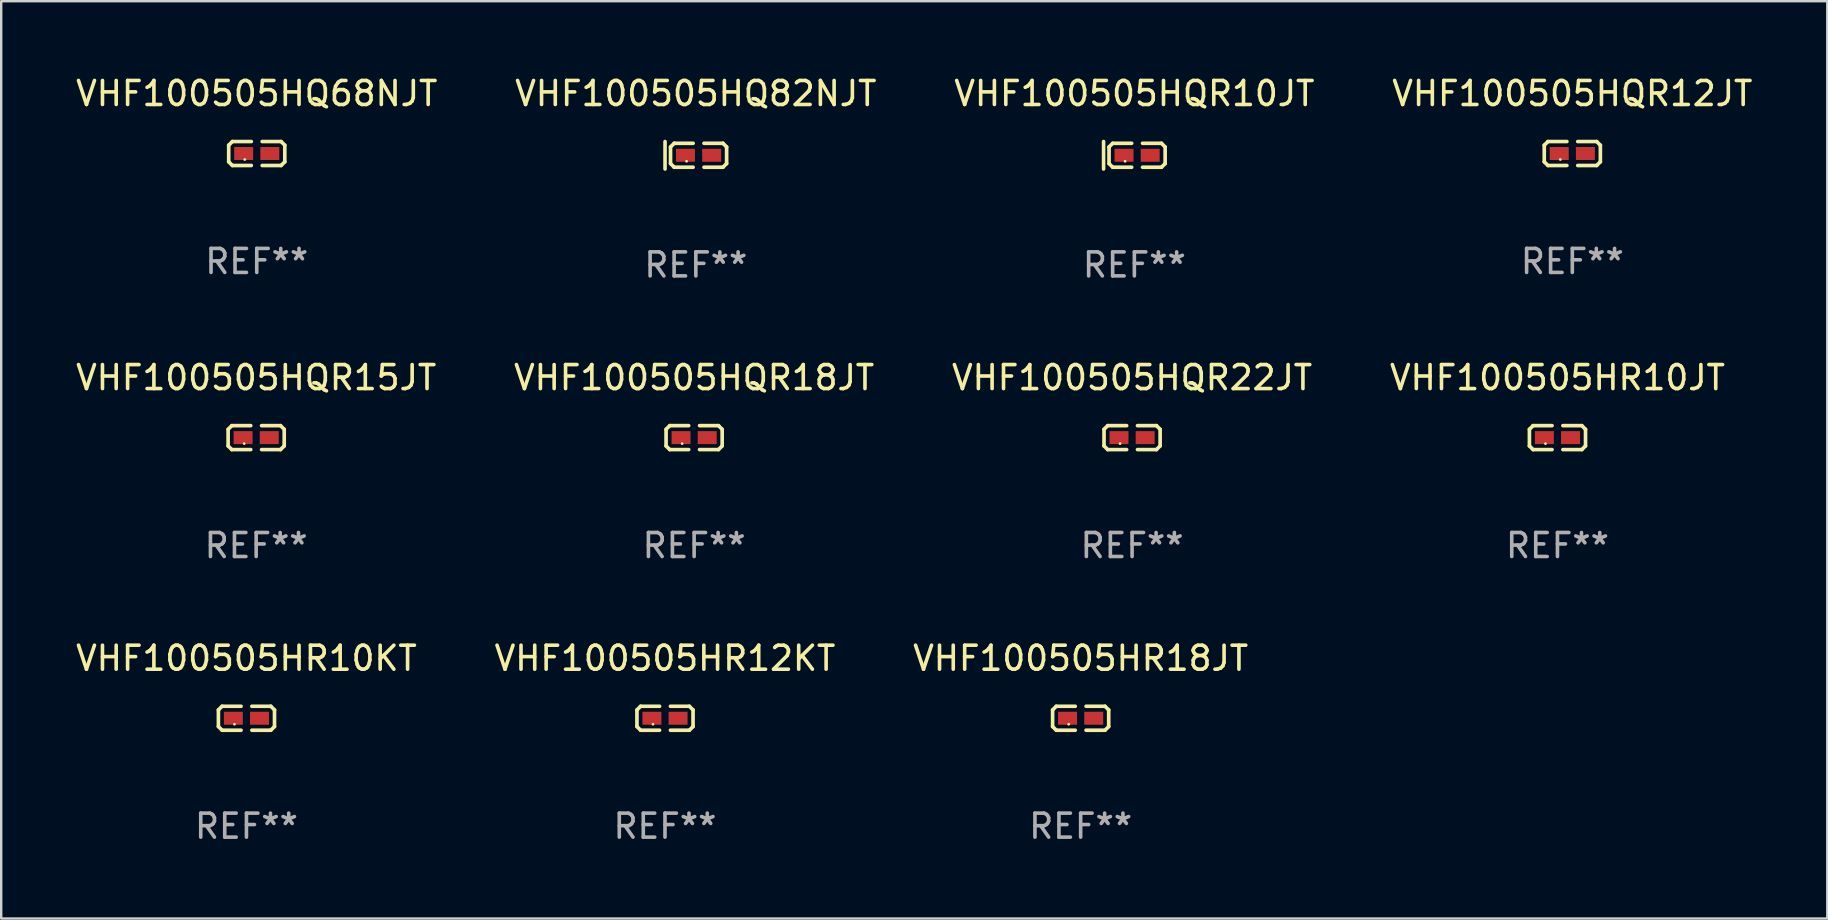
<source format=kicad_pcb>
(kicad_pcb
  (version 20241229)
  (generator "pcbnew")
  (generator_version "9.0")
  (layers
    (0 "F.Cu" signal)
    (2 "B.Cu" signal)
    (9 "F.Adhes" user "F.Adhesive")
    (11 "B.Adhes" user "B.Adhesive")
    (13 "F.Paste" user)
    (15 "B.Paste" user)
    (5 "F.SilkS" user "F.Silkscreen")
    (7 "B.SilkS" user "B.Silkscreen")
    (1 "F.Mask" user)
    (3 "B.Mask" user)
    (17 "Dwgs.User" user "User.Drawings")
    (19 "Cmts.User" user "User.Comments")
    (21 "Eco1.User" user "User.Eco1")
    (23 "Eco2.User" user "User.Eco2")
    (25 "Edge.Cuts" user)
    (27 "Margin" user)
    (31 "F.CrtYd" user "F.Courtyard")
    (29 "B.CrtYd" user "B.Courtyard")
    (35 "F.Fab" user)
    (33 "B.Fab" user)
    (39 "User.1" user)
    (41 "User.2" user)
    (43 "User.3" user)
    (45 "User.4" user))
  (footprint "VHF100505HR10KT"
    (layer "F.Cu")
    (at 7.22 26.88)
    (property "Reference" "VHF100505HR10KT" (at 0 -2.499 0) (layer "F.SilkS") (effects (font (size 1 1) (thickness 0.15))))
    (attr through_hole)
    (fp_line (start -1.169 -0.346) (end -1.016 -0.499) (stroke (width 0.152) (type solid)) (layer "F.SilkS"))
    (fp_line (start -1.169 0.346) (end -1.169 -0.346) (stroke (width 0.152) (type solid)) (layer "F.SilkS"))
    (fp_line (start -1.016 -0.499) (end -0.226 -0.499) (stroke (width 0.152) (type solid)) (layer "F.SilkS"))
    (fp_line (start -1.016 0.499) (end -1.169 0.346) (stroke (width 0.152) (type solid)) (layer "F.SilkS"))
    (fp_line (start -0.226 0.499) (end -1.016 0.499) (stroke (width 0.152) (type solid)) (layer "F.SilkS"))
    (fp_line (start 0.226 0.499) (end 1.016 0.499) (stroke (width 0.152) (type solid)) (layer "F.SilkS"))
    (fp_line (start 1.016 -0.499) (end 0.226 -0.499) (stroke (width 0.152) (type solid)) (layer "F.SilkS"))
    (fp_line (start 1.016 0.499) (end 1.169 0.346) (stroke (width 0.152) (type solid)) (layer "F.SilkS"))
    (fp_line (start 1.169 -0.346) (end 1.016 -0.499) (stroke (width 0.152) (type solid)) (layer "F.SilkS"))
    (fp_line (start 1.169 0.346) (end 1.169 -0.346) (stroke (width 0.152) (type solid)) (layer "F.SilkS"))
    (fp_circle (center -0.5 0.25) (end -0.47 0.25) (stroke (width 0.06) (type solid)) (fill no) (layer "F.SilkS"))
    (fp_text user "REF**" (at 0 4.499 0) (layer "F.Fab") (effects (font (size 1 1) (thickness 0.15))))
    (pad "1" smd rect (at -0.545 0) (size 0.79 0.54) (layers "F.Cu" "F.Mask" "F.Paste"))
    (pad "2" smd rect (at 0.545 0) (size 0.79 0.54) (layers "F.Cu" "F.Mask" "F.Paste")))
  (footprint "VHF100505HR12KT"
    (layer "F.Cu")
    (at 24.661 26.88)
    (property "Reference" "VHF100505HR12KT" (at 0 -2.499 0) (layer "F.SilkS") (effects (font (size 1 1) (thickness 0.15))))
    (attr through_hole)
    (fp_line (start -1.169 -0.346) (end -1.016 -0.499) (stroke (width 0.152) (type solid)) (layer "F.SilkS"))
    (fp_line (start -1.169 0.346) (end -1.169 -0.346) (stroke (width 0.152) (type solid)) (layer "F.SilkS"))
    (fp_line (start -1.016 -0.499) (end -0.226 -0.499) (stroke (width 0.152) (type solid)) (layer "F.SilkS"))
    (fp_line (start -1.016 0.499) (end -1.169 0.346) (stroke (width 0.152) (type solid)) (layer "F.SilkS"))
    (fp_line (start -0.226 0.499) (end -1.016 0.499) (stroke (width 0.152) (type solid)) (layer "F.SilkS"))
    (fp_line (start 0.226 0.499) (end 1.016 0.499) (stroke (width 0.152) (type solid)) (layer "F.SilkS"))
    (fp_line (start 1.016 -0.499) (end 0.226 -0.499) (stroke (width 0.152) (type solid)) (layer "F.SilkS"))
    (fp_line (start 1.016 0.499) (end 1.169 0.346) (stroke (width 0.152) (type solid)) (layer "F.SilkS"))
    (fp_line (start 1.169 -0.346) (end 1.016 -0.499) (stroke (width 0.152) (type solid)) (layer "F.SilkS"))
    (fp_line (start 1.169 0.346) (end 1.169 -0.346) (stroke (width 0.152) (type solid)) (layer "F.SilkS"))
    (fp_circle (center -0.5 0.25) (end -0.47 0.25) (stroke (width 0.06) (type solid)) (fill no) (layer "F.SilkS"))
    (fp_text user "REF**" (at 0 4.499 0) (layer "F.Fab") (effects (font (size 1 1) (thickness 0.15))))
    (pad "1" smd rect (at -0.545 0) (size 0.79 0.54) (layers "F.Cu" "F.Mask" "F.Paste"))
    (pad "2" smd rect (at 0.545 0) (size 0.79 0.54) (layers "F.Cu" "F.Mask" "F.Paste")))
  (footprint "VHF100505HR10JT"
    (layer "F.Cu")
    (at 61.851 15.186)
    (property "Reference" "VHF100505HR10JT" (at 0 -2.499 0) (layer "F.SilkS") (effects (font (size 1 1) (thickness 0.15))))
    (attr through_hole)
    (fp_line (start -1.169 -0.346) (end -1.016 -0.499) (stroke (width 0.152) (type solid)) (layer "F.SilkS"))
    (fp_line (start -1.169 0.346) (end -1.169 -0.346) (stroke (width 0.152) (type solid)) (layer "F.SilkS"))
    (fp_line (start -1.016 -0.499) (end -0.226 -0.499) (stroke (width 0.152) (type solid)) (layer "F.SilkS"))
    (fp_line (start -1.016 0.499) (end -1.169 0.346) (stroke (width 0.152) (type solid)) (layer "F.SilkS"))
    (fp_line (start -0.226 0.499) (end -1.016 0.499) (stroke (width 0.152) (type solid)) (layer "F.SilkS"))
    (fp_line (start 0.226 0.499) (end 1.016 0.499) (stroke (width 0.152) (type solid)) (layer "F.SilkS"))
    (fp_line (start 1.016 -0.499) (end 0.226 -0.499) (stroke (width 0.152) (type solid)) (layer "F.SilkS"))
    (fp_line (start 1.016 0.499) (end 1.169 0.346) (stroke (width 0.152) (type solid)) (layer "F.SilkS"))
    (fp_line (start 1.169 -0.346) (end 1.016 -0.499) (stroke (width 0.152) (type solid)) (layer "F.SilkS"))
    (fp_line (start 1.169 0.346) (end 1.169 -0.346) (stroke (width 0.152) (type solid)) (layer "F.SilkS"))
    (fp_circle (center -0.5 0.25) (end -0.47 0.25) (stroke (width 0.06) (type solid)) (fill no) (layer "F.SilkS"))
    (fp_text user "REF**" (at 0 4.499 0) (layer "F.Fab") (effects (font (size 1 1) (thickness 0.15))))
    (pad "1" smd rect (at -0.545 0) (size 0.79 0.54) (layers "F.Cu" "F.Mask" "F.Paste"))
    (pad "2" smd rect (at 0.545 0) (size 0.79 0.54) (layers "F.Cu" "F.Mask" "F.Paste")))
  (footprint "VHF100505HQ82NJT"
    (layer "F.Cu")
    (at 25.946 3.42)
    (property "Reference" "VHF100505HQ82NJT" (at 0 -2.572 0) (layer "F.SilkS") (effects (font (size 1 1) (thickness 0.15))))
    (attr through_hole)
    (fp_line (start -1.283 -0.572) (end -1.283 0.572) (stroke (width 0.15) (type solid)) (layer "F.SilkS"))
    (fp_line (start -1.055 -0.346) (end -0.902 -0.499) (stroke (width 0.152) (type solid)) (layer "F.SilkS"))
    (fp_line (start -1.055 0.346) (end -1.055 -0.346) (stroke (width 0.152) (type solid)) (layer "F.SilkS"))
    (fp_line (start -0.902 -0.499) (end -0.112 -0.499) (stroke (width 0.152) (type solid)) (layer "F.SilkS"))
    (fp_line (start -0.902 0.499) (end -1.055 0.346) (stroke (width 0.152) (type solid)) (layer "F.SilkS"))
    (fp_line (start -0.112 0.499) (end -0.902 0.499) (stroke (width 0.152) (type solid)) (layer "F.SilkS"))
    (fp_line (start 0.34 0.499) (end 1.13 0.499) (stroke (width 0.152) (type solid)) (layer "F.SilkS"))
    (fp_line (start 1.13 -0.499) (end 0.34 -0.499) (stroke (width 0.152) (type solid)) (layer "F.SilkS"))
    (fp_line (start 1.13 0.499) (end 1.283 0.346) (stroke (width 0.152) (type solid)) (layer "F.SilkS"))
    (fp_line (start 1.283 -0.346) (end 1.13 -0.499) (stroke (width 0.152) (type solid)) (layer "F.SilkS"))
    (fp_line (start 1.283 0.346) (end 1.283 -0.346) (stroke (width 0.152) (type solid)) (layer "F.SilkS"))
    (fp_circle (center -0.386 0.25) (end -0.356 0.25) (stroke (width 0.06) (type solid)) (fill no) (layer "F.SilkS"))
    (fp_text user "REF**" (at 0 4.572 0) (layer "F.Fab") (effects (font (size 1 1) (thickness 0.15))))
    (pad "1" smd rect (at -0.431 0) (size 0.79 0.54) (layers "F.Cu" "F.Mask" "F.Paste"))
    (pad "2" smd rect (at 0.659 0) (size 0.79 0.54) (layers "F.Cu" "F.Mask" "F.Paste")))
  (footprint "VHF100505HQR22JT"
    (layer "F.Cu")
    (at 44.125 15.186)
    (property "Reference" "VHF100505HQR22JT" (at 0 -2.499 0) (layer "F.SilkS") (effects (font (size 1 1) (thickness 0.15))))
    (attr through_hole)
    (fp_line (start -1.169 -0.346) (end -1.016 -0.499) (stroke (width 0.152) (type solid)) (layer "F.SilkS"))
    (fp_line (start -1.169 0.346) (end -1.169 -0.346) (stroke (width 0.152) (type solid)) (layer "F.SilkS"))
    (fp_line (start -1.016 -0.499) (end -0.226 -0.499) (stroke (width 0.152) (type solid)) (layer "F.SilkS"))
    (fp_line (start -1.016 0.499) (end -1.169 0.346) (stroke (width 0.152) (type solid)) (layer "F.SilkS"))
    (fp_line (start -0.226 0.499) (end -1.016 0.499) (stroke (width 0.152) (type solid)) (layer "F.SilkS"))
    (fp_line (start 0.226 0.499) (end 1.016 0.499) (stroke (width 0.152) (type solid)) (layer "F.SilkS"))
    (fp_line (start 1.016 -0.499) (end 0.226 -0.499) (stroke (width 0.152) (type solid)) (layer "F.SilkS"))
    (fp_line (start 1.016 0.499) (end 1.169 0.346) (stroke (width 0.152) (type solid)) (layer "F.SilkS"))
    (fp_line (start 1.169 -0.346) (end 1.016 -0.499) (stroke (width 0.152) (type solid)) (layer "F.SilkS"))
    (fp_line (start 1.169 0.346) (end 1.169 -0.346) (stroke (width 0.152) (type solid)) (layer "F.SilkS"))
    (fp_circle (center -0.5 0.25) (end -0.47 0.25) (stroke (width 0.06) (type solid)) (fill no) (layer "F.SilkS"))
    (fp_text user "REF**" (at 0 4.499 0) (layer "F.Fab") (effects (font (size 1 1) (thickness 0.15))))
    (pad "1" smd rect (at -0.545 0) (size 0.79 0.54) (layers "F.Cu" "F.Mask" "F.Paste"))
    (pad "2" smd rect (at 0.545 0) (size 0.79 0.54) (layers "F.Cu" "F.Mask" "F.Paste")))
  (footprint "VHF100505HQR10JT"
    (layer "F.Cu")
    (at 44.22 3.42)
    (property "Reference" "VHF100505HQR10JT" (at 0 -2.572 0) (layer "F.SilkS") (effects (font (size 1 1) (thickness 0.15))))
    (attr through_hole)
    (fp_line (start -1.283 -0.572) (end -1.283 0.572) (stroke (width 0.15) (type solid)) (layer "F.SilkS"))
    (fp_line (start -1.055 -0.346) (end -0.902 -0.499) (stroke (width 0.152) (type solid)) (layer "F.SilkS"))
    (fp_line (start -1.055 0.346) (end -1.055 -0.346) (stroke (width 0.152) (type solid)) (layer "F.SilkS"))
    (fp_line (start -0.902 -0.499) (end -0.112 -0.499) (stroke (width 0.152) (type solid)) (layer "F.SilkS"))
    (fp_line (start -0.902 0.499) (end -1.055 0.346) (stroke (width 0.152) (type solid)) (layer "F.SilkS"))
    (fp_line (start -0.112 0.499) (end -0.902 0.499) (stroke (width 0.152) (type solid)) (layer "F.SilkS"))
    (fp_line (start 0.34 0.499) (end 1.13 0.499) (stroke (width 0.152) (type solid)) (layer "F.SilkS"))
    (fp_line (start 1.13 -0.499) (end 0.34 -0.499) (stroke (width 0.152) (type solid)) (layer "F.SilkS"))
    (fp_line (start 1.13 0.499) (end 1.283 0.346) (stroke (width 0.152) (type solid)) (layer "F.SilkS"))
    (fp_line (start 1.283 -0.346) (end 1.13 -0.499) (stroke (width 0.152) (type solid)) (layer "F.SilkS"))
    (fp_line (start 1.283 0.346) (end 1.283 -0.346) (stroke (width 0.152) (type solid)) (layer "F.SilkS"))
    (fp_circle (center -0.386 0.25) (end -0.356 0.25) (stroke (width 0.06) (type solid)) (fill no) (layer "F.SilkS"))
    (fp_text user "REF**" (at 0 4.572 0) (layer "F.Fab") (effects (font (size 1 1) (thickness 0.15))))
    (pad "1" smd rect (at -0.431 0) (size 0.79 0.54) (layers "F.Cu" "F.Mask" "F.Paste"))
    (pad "2" smd rect (at 0.659 0) (size 0.79 0.54) (layers "F.Cu" "F.Mask" "F.Paste")))
  (footprint "VHF100505HQR12JT"
    (layer "F.Cu")
    (at 62.47 3.347)
    (property "Reference" "VHF100505HQR12JT" (at 0 -2.499 0) (layer "F.SilkS") (effects (font (size 1 1) (thickness 0.15))))
    (attr through_hole)
    (fp_line (start -1.169 -0.346) (end -1.016 -0.499) (stroke (width 0.152) (type solid)) (layer "F.SilkS"))
    (fp_line (start -1.169 0.346) (end -1.169 -0.346) (stroke (width 0.152) (type solid)) (layer "F.SilkS"))
    (fp_line (start -1.016 -0.499) (end -0.226 -0.499) (stroke (width 0.152) (type solid)) (layer "F.SilkS"))
    (fp_line (start -1.016 0.499) (end -1.169 0.346) (stroke (width 0.152) (type solid)) (layer "F.SilkS"))
    (fp_line (start -0.226 0.499) (end -1.016 0.499) (stroke (width 0.152) (type solid)) (layer "F.SilkS"))
    (fp_line (start 0.226 0.499) (end 1.016 0.499) (stroke (width 0.152) (type solid)) (layer "F.SilkS"))
    (fp_line (start 1.016 -0.499) (end 0.226 -0.499) (stroke (width 0.152) (type solid)) (layer "F.SilkS"))
    (fp_line (start 1.016 0.499) (end 1.169 0.346) (stroke (width 0.152) (type solid)) (layer "F.SilkS"))
    (fp_line (start 1.169 -0.346) (end 1.016 -0.499) (stroke (width 0.152) (type solid)) (layer "F.SilkS"))
    (fp_line (start 1.169 0.346) (end 1.169 -0.346) (stroke (width 0.152) (type solid)) (layer "F.SilkS"))
    (fp_circle (center -0.5 0.25) (end -0.47 0.25) (stroke (width 0.06) (type solid)) (fill no) (layer "F.SilkS"))
    (fp_text user "REF**" (at 0 4.499 0) (layer "F.Fab") (effects (font (size 1 1) (thickness 0.15))))
    (pad "1" smd rect (at -0.545 0) (size 0.79 0.54) (layers "F.Cu" "F.Mask" "F.Paste"))
    (pad "2" smd rect (at 0.545 0) (size 0.79 0.54) (layers "F.Cu" "F.Mask" "F.Paste")))
  (footprint "VHF100505HQ68NJT"
    (layer "F.Cu")
    (at 7.649 3.347)
    (property "Reference" "VHF100505HQ68NJT" (at 0 -2.499 0) (layer "F.SilkS") (effects (font (size 1 1) (thickness 0.15))))
    (attr through_hole)
    (fp_line (start -1.169 -0.346) (end -1.016 -0.499) (stroke (width 0.152) (type solid)) (layer "F.SilkS"))
    (fp_line (start -1.169 0.346) (end -1.169 -0.346) (stroke (width 0.152) (type solid)) (layer "F.SilkS"))
    (fp_line (start -1.016 -0.499) (end -0.226 -0.499) (stroke (width 0.152) (type solid)) (layer "F.SilkS"))
    (fp_line (start -1.016 0.499) (end -1.169 0.346) (stroke (width 0.152) (type solid)) (layer "F.SilkS"))
    (fp_line (start -0.226 0.499) (end -1.016 0.499) (stroke (width 0.152) (type solid)) (layer "F.SilkS"))
    (fp_line (start 0.226 0.499) (end 1.016 0.499) (stroke (width 0.152) (type solid)) (layer "F.SilkS"))
    (fp_line (start 1.016 -0.499) (end 0.226 -0.499) (stroke (width 0.152) (type solid)) (layer "F.SilkS"))
    (fp_line (start 1.016 0.499) (end 1.169 0.346) (stroke (width 0.152) (type solid)) (layer "F.SilkS"))
    (fp_line (start 1.169 -0.346) (end 1.016 -0.499) (stroke (width 0.152) (type solid)) (layer "F.SilkS"))
    (fp_line (start 1.169 0.346) (end 1.169 -0.346) (stroke (width 0.152) (type solid)) (layer "F.SilkS"))
    (fp_circle (center -0.5 0.25) (end -0.47 0.25) (stroke (width 0.06) (type solid)) (fill no) (layer "F.SilkS"))
    (fp_text user "REF**" (at 0 4.499 0) (layer "F.Fab") (effects (font (size 1 1) (thickness 0.15))))
    (pad "1" smd rect (at -0.545 0) (size 0.79 0.54) (layers "F.Cu" "F.Mask" "F.Paste"))
    (pad "2" smd rect (at 0.545 0) (size 0.79 0.54) (layers "F.Cu" "F.Mask" "F.Paste")))
  (footprint "VHF100505HR18JT"
    (layer "F.Cu")
    (at 41.982 26.88)
    (property "Reference" "VHF100505HR18JT" (at 0 -2.499 0) (layer "F.SilkS") (effects (font (size 1 1) (thickness 0.15))))
    (attr through_hole)
    (fp_line (start -1.169 -0.346) (end -1.016 -0.499) (stroke (width 0.152) (type solid)) (layer "F.SilkS"))
    (fp_line (start -1.169 0.346) (end -1.169 -0.346) (stroke (width 0.152) (type solid)) (layer "F.SilkS"))
    (fp_line (start -1.016 -0.499) (end -0.226 -0.499) (stroke (width 0.152) (type solid)) (layer "F.SilkS"))
    (fp_line (start -1.016 0.499) (end -1.169 0.346) (stroke (width 0.152) (type solid)) (layer "F.SilkS"))
    (fp_line (start -0.226 0.499) (end -1.016 0.499) (stroke (width 0.152) (type solid)) (layer "F.SilkS"))
    (fp_line (start 0.226 0.499) (end 1.016 0.499) (stroke (width 0.152) (type solid)) (layer "F.SilkS"))
    (fp_line (start 1.016 -0.499) (end 0.226 -0.499) (stroke (width 0.152) (type solid)) (layer "F.SilkS"))
    (fp_line (start 1.016 0.499) (end 1.169 0.346) (stroke (width 0.152) (type solid)) (layer "F.SilkS"))
    (fp_line (start 1.169 -0.346) (end 1.016 -0.499) (stroke (width 0.152) (type solid)) (layer "F.SilkS"))
    (fp_line (start 1.169 0.346) (end 1.169 -0.346) (stroke (width 0.152) (type solid)) (layer "F.SilkS"))
    (fp_circle (center -0.5 0.25) (end -0.47 0.25) (stroke (width 0.06) (type solid)) (fill no) (layer "F.SilkS"))
    (fp_text user "REF**" (at 0 4.499 0) (layer "F.Fab") (effects (font (size 1 1) (thickness 0.15))))
    (pad "1" smd rect (at -0.545 0) (size 0.79 0.54) (layers "F.Cu" "F.Mask" "F.Paste"))
    (pad "2" smd rect (at 0.545 0) (size 0.79 0.54) (layers "F.Cu" "F.Mask" "F.Paste")))
  (footprint "VHF100505HQR15JT"
    (layer "F.Cu")
    (at 7.625 15.186)
    (property "Reference" "VHF100505HQR15JT" (at 0 -2.499 0) (layer "F.SilkS") (effects (font (size 1 1) (thickness 0.15))))
    (attr through_hole)
    (fp_line (start -1.169 -0.346) (end -1.016 -0.499) (stroke (width 0.152) (type solid)) (layer "F.SilkS"))
    (fp_line (start -1.169 0.346) (end -1.169 -0.346) (stroke (width 0.152) (type solid)) (layer "F.SilkS"))
    (fp_line (start -1.016 -0.499) (end -0.226 -0.499) (stroke (width 0.152) (type solid)) (layer "F.SilkS"))
    (fp_line (start -1.016 0.499) (end -1.169 0.346) (stroke (width 0.152) (type solid)) (layer "F.SilkS"))
    (fp_line (start -0.226 0.499) (end -1.016 0.499) (stroke (width 0.152) (type solid)) (layer "F.SilkS"))
    (fp_line (start 0.226 0.499) (end 1.016 0.499) (stroke (width 0.152) (type solid)) (layer "F.SilkS"))
    (fp_line (start 1.016 -0.499) (end 0.226 -0.499) (stroke (width 0.152) (type solid)) (layer "F.SilkS"))
    (fp_line (start 1.016 0.499) (end 1.169 0.346) (stroke (width 0.152) (type solid)) (layer "F.SilkS"))
    (fp_line (start 1.169 -0.346) (end 1.016 -0.499) (stroke (width 0.152) (type solid)) (layer "F.SilkS"))
    (fp_line (start 1.169 0.346) (end 1.169 -0.346) (stroke (width 0.152) (type solid)) (layer "F.SilkS"))
    (fp_circle (center -0.5 0.25) (end -0.47 0.25) (stroke (width 0.06) (type solid)) (fill no) (layer "F.SilkS"))
    (fp_text user "REF**" (at 0 4.499 0) (layer "F.Fab") (effects (font (size 1 1) (thickness 0.15))))
    (pad "1" smd rect (at -0.545 0) (size 0.79 0.54) (layers "F.Cu" "F.Mask" "F.Paste"))
    (pad "2" smd rect (at 0.545 0) (size 0.79 0.54) (layers "F.Cu" "F.Mask" "F.Paste")))
  (footprint "VHF100505HQR18JT"
    (layer "F.Cu")
    (at 25.875 15.186)
    (property "Reference" "VHF100505HQR18JT" (at 0 -2.499 0) (layer "F.SilkS") (effects (font (size 1 1) (thickness 0.15))))
    (attr through_hole)
    (fp_line (start -1.169 -0.346) (end -1.016 -0.499) (stroke (width 0.152) (type solid)) (layer "F.SilkS"))
    (fp_line (start -1.169 0.346) (end -1.169 -0.346) (stroke (width 0.152) (type solid)) (layer "F.SilkS"))
    (fp_line (start -1.016 -0.499) (end -0.226 -0.499) (stroke (width 0.152) (type solid)) (layer "F.SilkS"))
    (fp_line (start -1.016 0.499) (end -1.169 0.346) (stroke (width 0.152) (type solid)) (layer "F.SilkS"))
    (fp_line (start -0.226 0.499) (end -1.016 0.499) (stroke (width 0.152) (type solid)) (layer "F.SilkS"))
    (fp_line (start 0.226 0.499) (end 1.016 0.499) (stroke (width 0.152) (type solid)) (layer "F.SilkS"))
    (fp_line (start 1.016 -0.499) (end 0.226 -0.499) (stroke (width 0.152) (type solid)) (layer "F.SilkS"))
    (fp_line (start 1.016 0.499) (end 1.169 0.346) (stroke (width 0.152) (type solid)) (layer "F.SilkS"))
    (fp_line (start 1.169 -0.346) (end 1.016 -0.499) (stroke (width 0.152) (type solid)) (layer "F.SilkS"))
    (fp_line (start 1.169 0.346) (end 1.169 -0.346) (stroke (width 0.152) (type solid)) (layer "F.SilkS"))
    (fp_circle (center -0.5 0.25) (end -0.47 0.25) (stroke (width 0.06) (type solid)) (fill no) (layer "F.SilkS"))
    (fp_text user "REF**" (at 0 4.499 0) (layer "F.Fab") (effects (font (size 1 1) (thickness 0.15))))
    (pad "1" smd rect (at -0.545 0) (size 0.79 0.54) (layers "F.Cu" "F.Mask" "F.Paste"))
    (pad "2" smd rect (at 0.545 0) (size 0.79 0.54) (layers "F.Cu" "F.Mask" "F.Paste")))
  (gr_rect
    (start -3 -3)
    (end 73.095 35.227)
    (stroke (width 0.1) (type default))
    (fill no)
    (layer "Edge.Cuts")))
</source>
